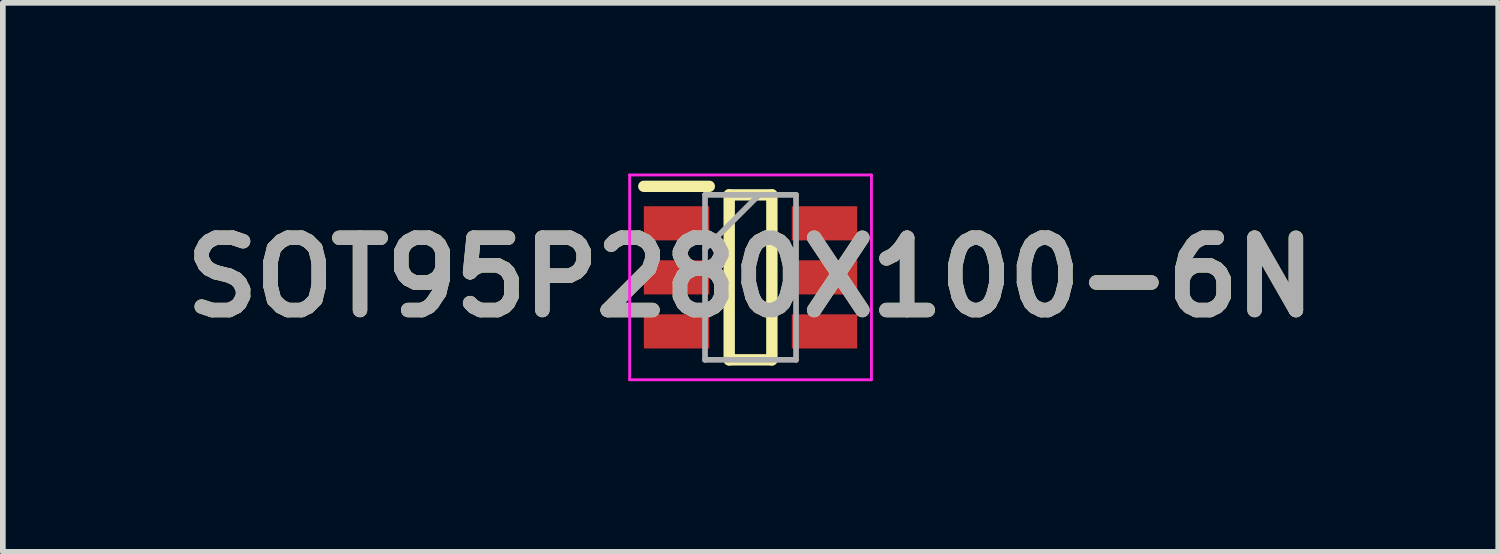
<source format=kicad_pcb>
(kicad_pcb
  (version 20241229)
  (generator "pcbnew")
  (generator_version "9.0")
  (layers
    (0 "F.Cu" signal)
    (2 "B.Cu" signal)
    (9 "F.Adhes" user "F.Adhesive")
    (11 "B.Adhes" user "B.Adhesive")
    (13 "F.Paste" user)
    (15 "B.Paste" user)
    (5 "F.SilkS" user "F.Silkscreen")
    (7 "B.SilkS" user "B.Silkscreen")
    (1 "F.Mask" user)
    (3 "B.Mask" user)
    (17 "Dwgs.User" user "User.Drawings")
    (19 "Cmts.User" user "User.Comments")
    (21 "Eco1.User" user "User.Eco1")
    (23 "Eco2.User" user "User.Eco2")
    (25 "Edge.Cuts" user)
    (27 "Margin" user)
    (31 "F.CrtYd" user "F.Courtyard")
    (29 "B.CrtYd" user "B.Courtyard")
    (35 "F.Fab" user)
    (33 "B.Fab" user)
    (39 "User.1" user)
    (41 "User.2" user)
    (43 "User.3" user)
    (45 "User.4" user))
  (footprint "SOT95P280X100-6N"
    (layer "F.Cu")
    (at 10.142 1.825)
    (property "Reference" "SOT95P280X100-6N" (at 0 0 0) (layer "F.SilkS") (effects (font (size 1.27 1.27) (thickness 0.254))))
    (attr smd)
    (fp_line (start -1.875 -1.6) (end -0.725 -1.6) (stroke (width 0.2) (type solid)) (layer "F.SilkS"))
    (fp_line (start -0.375 -1.45) (end 0.375 -1.45) (stroke (width 0.2) (type solid)) (layer "F.SilkS"))
    (fp_line (start -0.375 1.45) (end -0.375 -1.45) (stroke (width 0.2) (type solid)) (layer "F.SilkS"))
    (fp_line (start 0.375 -1.45) (end 0.375 1.45) (stroke (width 0.2) (type solid)) (layer "F.SilkS"))
    (fp_line (start 0.375 1.45) (end -0.375 1.45) (stroke (width 0.2) (type solid)) (layer "F.SilkS"))
    (fp_line (start -2.125 -1.8) (end 2.125 -1.8) (stroke (width 0.05) (type solid)) (layer "F.CrtYd"))
    (fp_line (start -2.125 1.8) (end -2.125 -1.8) (stroke (width 0.05) (type solid)) (layer "F.CrtYd"))
    (fp_line (start 2.125 -1.8) (end 2.125 1.8) (stroke (width 0.05) (type solid)) (layer "F.CrtYd"))
    (fp_line (start 2.125 1.8) (end -2.125 1.8) (stroke (width 0.05) (type solid)) (layer "F.CrtYd"))
    (fp_line (start -0.8 -1.45) (end 0.8 -1.45) (stroke (width 0.1) (type solid)) (layer "F.Fab"))
    (fp_line (start -0.8 -0.5) (end 0.15 -1.45) (stroke (width 0.1) (type solid)) (layer "F.Fab"))
    (fp_line (start -0.8 1.45) (end -0.8 -1.45) (stroke (width 0.1) (type solid)) (layer "F.Fab"))
    (fp_line (start 0.8 -1.45) (end 0.8 1.45) (stroke (width 0.1) (type solid)) (layer "F.Fab"))
    (fp_line (start 0.8 1.45) (end -0.8 1.45) (stroke (width 0.1) (type solid)) (layer "F.Fab"))
    (fp_text user "${REFERENCE}" (at 0 0 0) (layer "F.Fab") (effects (font (size 1.27 1.27) (thickness 0.254))))
    (pad "1" smd rect (at -1.3 -0.95 90) (size 0.6 1.15) (layers "F.Cu" "F.Mask" "F.Paste"))
    (pad "2" smd rect (at -1.3 0 90) (size 0.6 1.15) (layers "F.Cu" "F.Mask" "F.Paste"))
    (pad "3" smd rect (at -1.3 0.95 90) (size 0.6 1.15) (layers "F.Cu" "F.Mask" "F.Paste"))
    (pad "4" smd rect (at 1.3 0.95 90) (size 0.6 1.15) (layers "F.Cu" "F.Mask" "F.Paste"))
    (pad "5" smd rect (at 1.3 0 90) (size 0.6 1.15) (layers "F.Cu" "F.Mask" "F.Paste"))
    (pad "6" smd rect (at 1.3 -0.95 90) (size 0.6 1.15) (layers "F.Cu" "F.Mask" "F.Paste")))
  (gr_rect
    (start -3 -3)
    (end 23.284 6.65)
    (stroke (width 0.1) (type default))
    (fill no)
    (layer "Edge.Cuts")))
</source>
